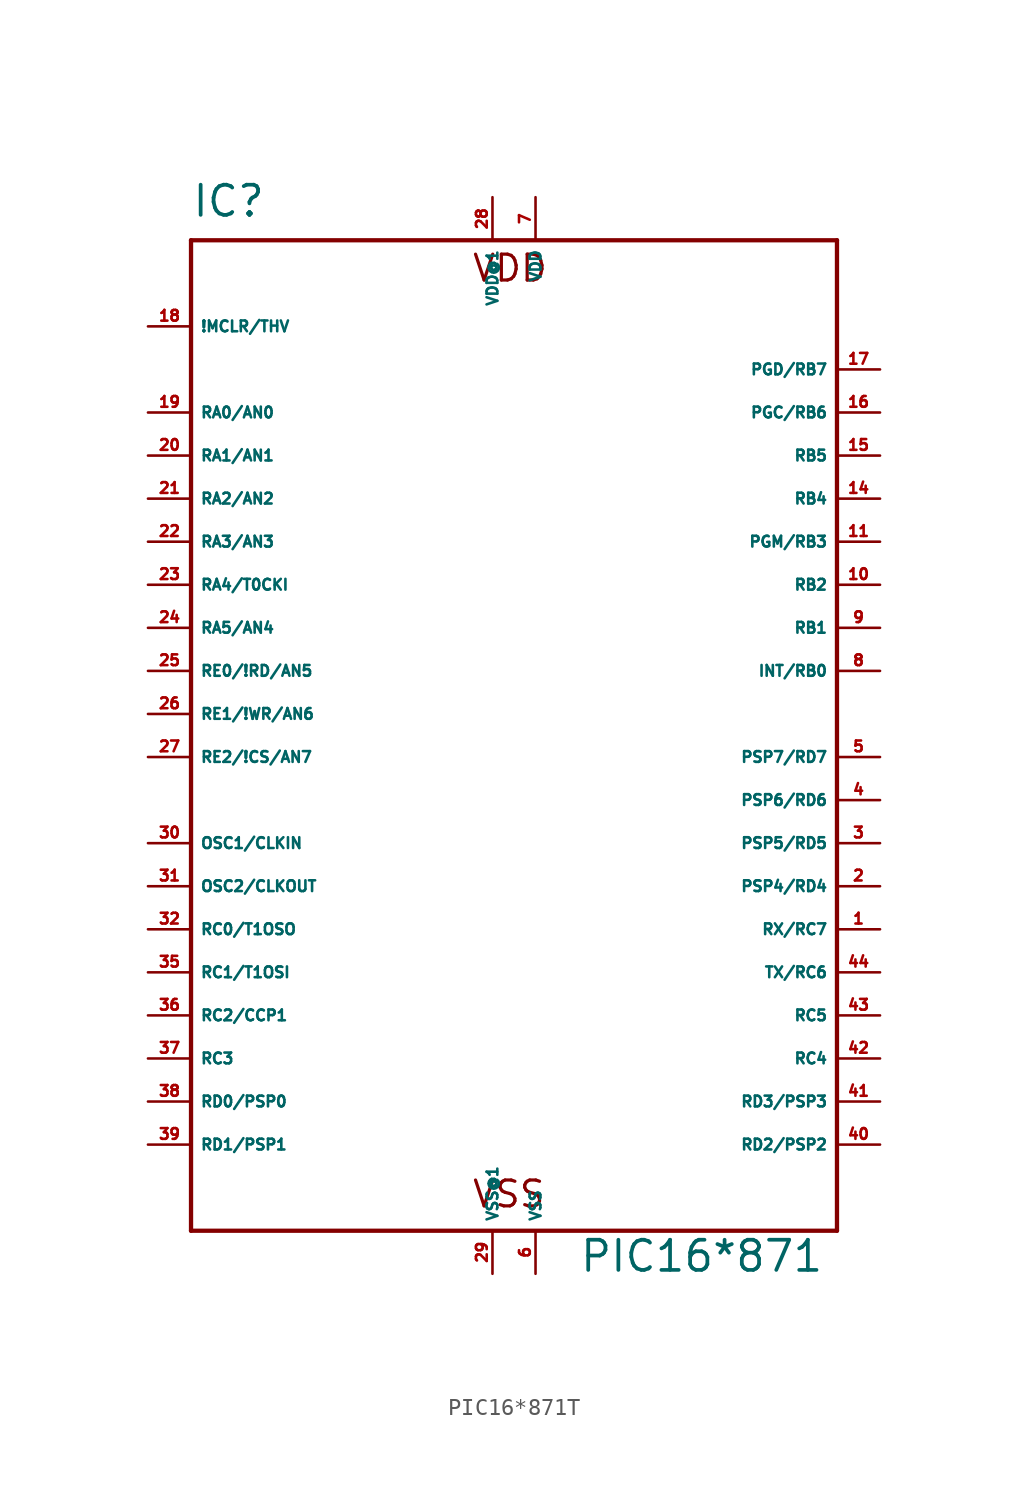
<source format=kicad_sym>
(kicad_symbol_lib
  (version 20220914)
  (generator Eagle2Kicad)
  (symbol "PIC16*871T"
    (property "Reference" "IC"
      (at -20.32 29.21 0)
      (effects (font (size 1.778 1.778) (thickness 0.22)) (justify left bottom)))
    (property "Value" "PIC16*871"
      (at 2.54 -33.02 0)
      (effects (font (size 1.778 1.778) (thickness 0.22)) (justify left bottom)))
    (polyline
      (pts (xy -20.32 27.94) (xy 17.78 27.94))
      (stroke (width 0.254) (type default))
      (fill (type none)))
    (polyline
      (pts (xy 17.78 27.94) (xy 17.78 -30.48))
      (stroke (width 0.254) (type default))
      (fill (type none)))
    (polyline
      (pts (xy 17.78 -30.48) (xy -20.32 -30.48))
      (stroke (width 0.254) (type default))
      (fill (type none)))
    (polyline
      (pts (xy -20.32 -30.48) (xy -20.32 27.94))
      (stroke (width 0.254) (type default))
      (fill (type none)))
    (text "VDD"
      (at -3.81 25.4 0)
      (effects (font (size 1.524 1.524) (thickness 0.19)) (justify left bottom)))
    (text "VSS"
      (at -3.81 -29.21 0)
      (effects (font (size 1.524 1.524) (thickness 0.19)) (justify left bottom)))
    (pin input line
      (at -22.86 22.86 0)
      (length 2.54)
      (name "!MCLR/THV" (effects (font (size 0.635 0.635) (thickness 0.08)) (justify left bottom)))
      (number "18" (effects (font (size 0.635 0.635) (thickness 0.08)) (justify left bottom))))
    (pin bidirectional line
      (at -22.86 17.78 0)
      (length 2.54)
      (name "RA0/AN0" (effects (font (size 0.635 0.635) (thickness 0.08)) (justify left bottom)))
      (number "19" (effects (font (size 0.635 0.635) (thickness 0.08)) (justify left bottom))))
    (pin bidirectional line
      (at -22.86 15.24 0)
      (length 2.54)
      (name "RA1/AN1" (effects (font (size 0.635 0.635) (thickness 0.08)) (justify left bottom)))
      (number "20" (effects (font (size 0.635 0.635) (thickness 0.08)) (justify left bottom))))
    (pin bidirectional line
      (at -22.86 12.7 0)
      (length 2.54)
      (name "RA2/AN2" (effects (font (size 0.635 0.635) (thickness 0.08)) (justify left bottom)))
      (number "21" (effects (font (size 0.635 0.635) (thickness 0.08)) (justify left bottom))))
    (pin bidirectional line
      (at -22.86 10.16 0)
      (length 2.54)
      (name "RA3/AN3" (effects (font (size 0.635 0.635) (thickness 0.08)) (justify left bottom)))
      (number "22" (effects (font (size 0.635 0.635) (thickness 0.08)) (justify left bottom))))
    (pin bidirectional line
      (at -22.86 7.62 0)
      (length 2.54)
      (name "RA4/T0CKI" (effects (font (size 0.635 0.635) (thickness 0.08)) (justify left bottom)))
      (number "23" (effects (font (size 0.635 0.635) (thickness 0.08)) (justify left bottom))))
    (pin bidirectional line
      (at -22.86 5.08 0)
      (length 2.54)
      (name "RA5/AN4" (effects (font (size 0.635 0.635) (thickness 0.08)) (justify left bottom)))
      (number "24" (effects (font (size 0.635 0.635) (thickness 0.08)) (justify left bottom))))
    (pin bidirectional line
      (at -22.86 2.54 0)
      (length 2.54)
      (name "RE0/!RD/AN5" (effects (font (size 0.635 0.635) (thickness 0.08)) (justify left bottom)))
      (number "25" (effects (font (size 0.635 0.635) (thickness 0.08)) (justify left bottom))))
    (pin bidirectional line
      (at -22.86 0 0)
      (length 2.54)
      (name "RE1/!WR/AN6" (effects (font (size 0.635 0.635) (thickness 0.08)) (justify left bottom)))
      (number "26" (effects (font (size 0.635 0.635) (thickness 0.08)) (justify left bottom))))
    (pin bidirectional line
      (at -22.86 -2.54 0)
      (length 2.54)
      (name "RE2/!CS/AN7" (effects (font (size 0.635 0.635) (thickness 0.08)) (justify left bottom)))
      (number "27" (effects (font (size 0.635 0.635) (thickness 0.08)) (justify left bottom))))
    (pin input line
      (at -22.86 -7.62 0)
      (length 2.54)
      (name "OSC1/CLKIN" (effects (font (size 0.635 0.635) (thickness 0.08)) (justify left bottom)))
      (number "30" (effects (font (size 0.635 0.635) (thickness 0.08)) (justify left bottom))))
    (pin output line
      (at -22.86 -10.16 0)
      (length 2.54)
      (name "OSC2/CLKOUT" (effects (font (size 0.635 0.635) (thickness 0.08)) (justify left bottom)))
      (number "31" (effects (font (size 0.635 0.635) (thickness 0.08)) (justify left bottom))))
    (pin bidirectional line
      (at -22.86 -12.7 0)
      (length 2.54)
      (name "RC0/T1OSO" (effects (font (size 0.635 0.635) (thickness 0.08)) (justify left bottom)))
      (number "32" (effects (font (size 0.635 0.635) (thickness 0.08)) (justify left bottom))))
    (pin bidirectional line
      (at -22.86 -15.24 0)
      (length 2.54)
      (name "RC1/T1OSI" (effects (font (size 0.635 0.635) (thickness 0.08)) (justify left bottom)))
      (number "35" (effects (font (size 0.635 0.635) (thickness 0.08)) (justify left bottom))))
    (pin bidirectional line
      (at -22.86 -17.78 0)
      (length 2.54)
      (name "RC2/CCP1" (effects (font (size 0.635 0.635) (thickness 0.08)) (justify left bottom)))
      (number "36" (effects (font (size 0.635 0.635) (thickness 0.08)) (justify left bottom))))
    (pin bidirectional line
      (at -22.86 -20.32 0)
      (length 2.54)
      (name "RC3" (effects (font (size 0.635 0.635) (thickness 0.08)) (justify left bottom)))
      (number "37" (effects (font (size 0.635 0.635) (thickness 0.08)) (justify left bottom))))
    (pin bidirectional line
      (at -22.86 -22.86 0)
      (length 2.54)
      (name "RD0/PSP0" (effects (font (size 0.635 0.635) (thickness 0.08)) (justify left bottom)))
      (number "38" (effects (font (size 0.635 0.635) (thickness 0.08)) (justify left bottom))))
    (pin bidirectional line
      (at -22.86 -25.4 0)
      (length 2.54)
      (name "RD1/PSP1" (effects (font (size 0.635 0.635) (thickness 0.08)) (justify left bottom)))
      (number "39" (effects (font (size 0.635 0.635) (thickness 0.08)) (justify left bottom))))
    (pin bidirectional line
      (at 20.32 -25.4 180)
      (length 2.54)
      (name "RD2/PSP2" (effects (font (size 0.635 0.635) (thickness 0.08)) (justify left bottom)))
      (number "40" (effects (font (size 0.635 0.635) (thickness 0.08)) (justify left bottom))))
    (pin bidirectional line
      (at 20.32 -22.86 180)
      (length 2.54)
      (name "RD3/PSP3" (effects (font (size 0.635 0.635) (thickness 0.08)) (justify left bottom)))
      (number "41" (effects (font (size 0.635 0.635) (thickness 0.08)) (justify left bottom))))
    (pin bidirectional line
      (at 20.32 -20.32 180)
      (length 2.54)
      (name "RC4" (effects (font (size 0.635 0.635) (thickness 0.08)) (justify left bottom)))
      (number "42" (effects (font (size 0.635 0.635) (thickness 0.08)) (justify left bottom))))
    (pin bidirectional line
      (at 20.32 -17.78 180)
      (length 2.54)
      (name "RC5" (effects (font (size 0.635 0.635) (thickness 0.08)) (justify left bottom)))
      (number "43" (effects (font (size 0.635 0.635) (thickness 0.08)) (justify left bottom))))
    (pin bidirectional line
      (at 20.32 -15.24 180)
      (length 2.54)
      (name "TX/RC6" (effects (font (size 0.635 0.635) (thickness 0.08)) (justify left bottom)))
      (number "44" (effects (font (size 0.635 0.635) (thickness 0.08)) (justify left bottom))))
    (pin bidirectional line
      (at 20.32 -12.7 180)
      (length 2.54)
      (name "RX/RC7" (effects (font (size 0.635 0.635) (thickness 0.08)) (justify left bottom)))
      (number "1" (effects (font (size 0.635 0.635) (thickness 0.08)) (justify left bottom))))
    (pin bidirectional line
      (at 20.32 -10.16 180)
      (length 2.54)
      (name "PSP4/RD4" (effects (font (size 0.635 0.635) (thickness 0.08)) (justify left bottom)))
      (number "2" (effects (font (size 0.635 0.635) (thickness 0.08)) (justify left bottom))))
    (pin bidirectional line
      (at 20.32 -7.62 180)
      (length 2.54)
      (name "PSP5/RD5" (effects (font (size 0.635 0.635) (thickness 0.08)) (justify left bottom)))
      (number "3" (effects (font (size 0.635 0.635) (thickness 0.08)) (justify left bottom))))
    (pin bidirectional line
      (at 20.32 -5.08 180)
      (length 2.54)
      (name "PSP6/RD6" (effects (font (size 0.635 0.635) (thickness 0.08)) (justify left bottom)))
      (number "4" (effects (font (size 0.635 0.635) (thickness 0.08)) (justify left bottom))))
    (pin bidirectional line
      (at 20.32 -2.54 180)
      (length 2.54)
      (name "PSP7/RD7" (effects (font (size 0.635 0.635) (thickness 0.08)) (justify left bottom)))
      (number "5" (effects (font (size 0.635 0.635) (thickness 0.08)) (justify left bottom))))
    (pin unspecified line
      (at 0 -33.02 90)
      (length 2.54)
      (name "VSS" (effects (font (size 0.635 0.635) (thickness 0.08)) (justify left bottom)))
      (number "6" (effects (font (size 0.635 0.635) (thickness 0.08)) (justify left bottom))))
    (pin unspecified line
      (at 0 30.48 270)
      (length 2.54)
      (name "VDD" (effects (font (size 0.635 0.635) (thickness 0.08)) (justify left bottom)))
      (number "7" (effects (font (size 0.635 0.635) (thickness 0.08)) (justify left bottom))))
    (pin bidirectional line
      (at 20.32 2.54 180)
      (length 2.54)
      (name "INT/RB0" (effects (font (size 0.635 0.635) (thickness 0.08)) (justify left bottom)))
      (number "8" (effects (font (size 0.635 0.635) (thickness 0.08)) (justify left bottom))))
    (pin bidirectional line
      (at 20.32 5.08 180)
      (length 2.54)
      (name "RB1" (effects (font (size 0.635 0.635) (thickness 0.08)) (justify left bottom)))
      (number "9" (effects (font (size 0.635 0.635) (thickness 0.08)) (justify left bottom))))
    (pin bidirectional line
      (at 20.32 7.62 180)
      (length 2.54)
      (name "RB2" (effects (font (size 0.635 0.635) (thickness 0.08)) (justify left bottom)))
      (number "10" (effects (font (size 0.635 0.635) (thickness 0.08)) (justify left bottom))))
    (pin bidirectional line
      (at 20.32 10.16 180)
      (length 2.54)
      (name "PGM/RB3" (effects (font (size 0.635 0.635) (thickness 0.08)) (justify left bottom)))
      (number "11" (effects (font (size 0.635 0.635) (thickness 0.08)) (justify left bottom))))
    (pin bidirectional line
      (at 20.32 12.7 180)
      (length 2.54)
      (name "RB4" (effects (font (size 0.635 0.635) (thickness 0.08)) (justify left bottom)))
      (number "14" (effects (font (size 0.635 0.635) (thickness 0.08)) (justify left bottom))))
    (pin bidirectional line
      (at 20.32 15.24 180)
      (length 2.54)
      (name "RB5" (effects (font (size 0.635 0.635) (thickness 0.08)) (justify left bottom)))
      (number "15" (effects (font (size 0.635 0.635) (thickness 0.08)) (justify left bottom))))
    (pin bidirectional line
      (at 20.32 17.78 180)
      (length 2.54)
      (name "PGC/RB6" (effects (font (size 0.635 0.635) (thickness 0.08)) (justify left bottom)))
      (number "16" (effects (font (size 0.635 0.635) (thickness 0.08)) (justify left bottom))))
    (pin bidirectional line
      (at 20.32 20.32 180)
      (length 2.54)
      (name "PGD/RB7" (effects (font (size 0.635 0.635) (thickness 0.08)) (justify left bottom)))
      (number "17" (effects (font (size 0.635 0.635) (thickness 0.08)) (justify left bottom))))
    (pin unspecified line
      (at -2.54 30.48 270)
      (length 2.54)
      (name "VDD@1" (effects (font (size 0.635 0.635) (thickness 0.08)) (justify left bottom)))
      (number "28" (effects (font (size 0.635 0.635) (thickness 0.08)) (justify left bottom))))
    (pin unspecified line
      (at -2.54 -33.02 90)
      (length 2.54)
      (name "VSS@1" (effects (font (size 0.635 0.635) (thickness 0.08)) (justify left bottom)))
      (number "29" (effects (font (size 0.635 0.635) (thickness 0.08)) (justify left bottom))))))
</source>
